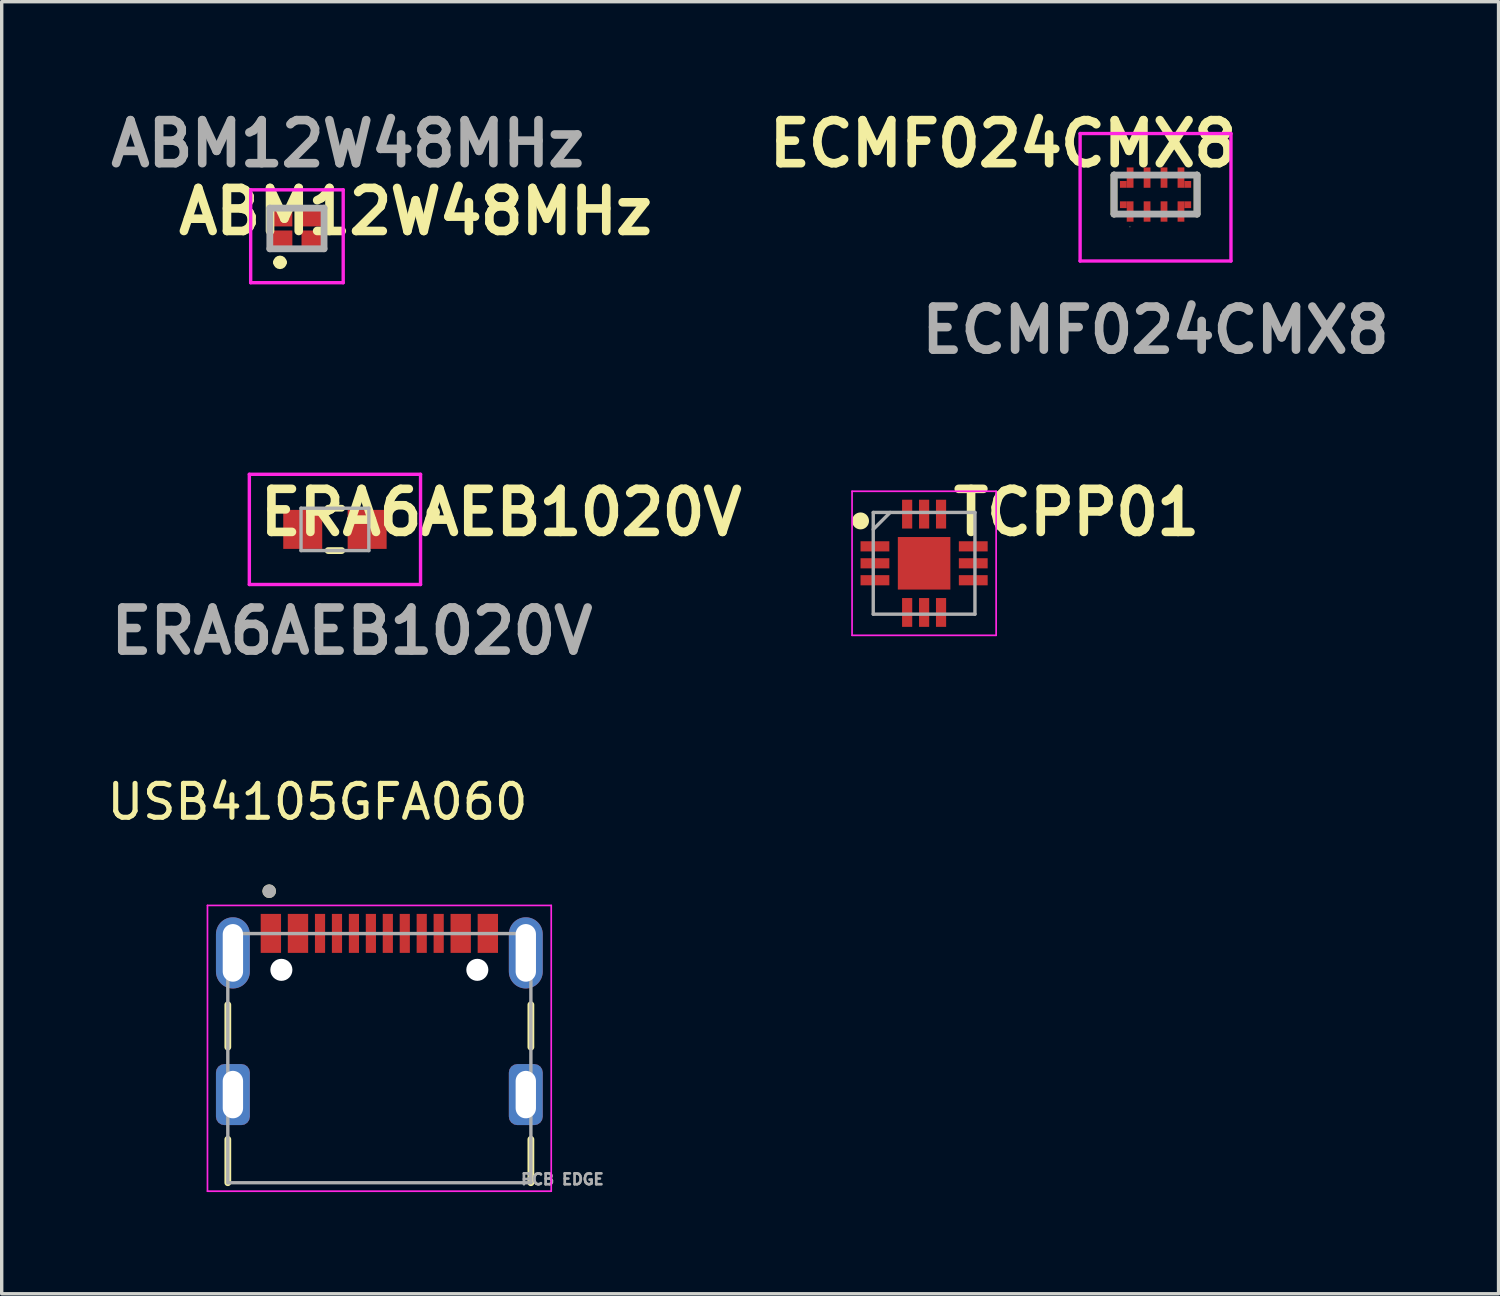
<source format=kicad_pcb>
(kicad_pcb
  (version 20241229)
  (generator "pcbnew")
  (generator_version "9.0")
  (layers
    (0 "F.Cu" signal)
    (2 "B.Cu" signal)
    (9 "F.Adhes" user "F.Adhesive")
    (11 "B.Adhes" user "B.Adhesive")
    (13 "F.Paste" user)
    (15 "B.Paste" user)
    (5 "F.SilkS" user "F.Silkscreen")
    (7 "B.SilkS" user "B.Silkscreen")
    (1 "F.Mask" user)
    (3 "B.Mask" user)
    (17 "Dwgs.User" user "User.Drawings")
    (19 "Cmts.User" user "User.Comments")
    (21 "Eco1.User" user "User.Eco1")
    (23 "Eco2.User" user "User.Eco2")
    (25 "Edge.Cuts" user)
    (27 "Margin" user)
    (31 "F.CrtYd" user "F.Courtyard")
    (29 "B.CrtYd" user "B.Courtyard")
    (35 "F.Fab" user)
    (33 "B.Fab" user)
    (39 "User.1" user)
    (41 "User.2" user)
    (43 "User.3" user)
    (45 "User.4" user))
  (footprint "ECMF024CMX8"
    (layer "F.Cu")
    (at 31.036 2.689)
    (property "Reference" "ECMF024CMX8" (at -4.5 -1.5 0) (layer "F.SilkS") (effects (font (size 1.27 1.27) (thickness 0.254))))
    (attr smd)
    (fp_line (start -1.225 -0.575) (end -1.225 0.575) (stroke (width 0.2) (type solid)) (layer "F.SilkS"))
    (fp_line (start -0.76 0.955) (end -0.76 0.955) (stroke (width 0.01) (type solid)) (layer "F.SilkS"))
    (fp_line (start -0.75 0.955) (end -0.75 0.955) (stroke (width 0.01) (type solid)) (layer "F.SilkS"))
    (fp_line (start 1.225 -0.575) (end 1.225 0.575) (stroke (width 0.2) (type solid)) (layer "F.SilkS"))
    (fp_arc (start -0.76 0.955) (mid -0.755 0.95) (end -0.75 0.955) (stroke (width 0.0102) (type solid)) (layer "F.SilkS"))
    (fp_arc (start -0.75 0.955) (mid -0.755 0.96) (end -0.76 0.955) (stroke (width 0.0102) (type solid)) (layer "F.SilkS"))
    (fp_line (start -2.225 -1.8) (end 2.225 -1.8) (stroke (width 0.1) (type solid)) (layer "F.CrtYd"))
    (fp_line (start -2.225 1.96) (end -2.225 -1.8) (stroke (width 0.1) (type solid)) (layer "F.CrtYd"))
    (fp_line (start 2.225 -1.8) (end 2.225 1.96) (stroke (width 0.1) (type solid)) (layer "F.CrtYd"))
    (fp_line (start 2.225 1.96) (end -2.225 1.96) (stroke (width 0.1) (type solid)) (layer "F.CrtYd"))
    (fp_line (start -1.225 -0.575) (end 1.225 -0.575) (stroke (width 0.2) (type solid)) (layer "F.Fab"))
    (fp_line (start -1.225 0.575) (end -1.225 -0.575) (stroke (width 0.2) (type solid)) (layer "F.Fab"))
    (fp_line (start 1.225 -0.575) (end 1.225 0.575) (stroke (width 0.2) (type solid)) (layer "F.Fab"))
    (fp_line (start 1.225 0.575) (end -1.225 0.575) (stroke (width 0.2) (type solid)) (layer "F.Fab"))
    (fp_text user "${REFERENCE}" (at 0 4 0) (layer "F.Fab") (effects (font (size 1.27 1.27) (thickness 0.254))))
    (pad "1" smd rect (at -0.75 0.5) (size 0.2 0.6) (layers "F.Cu" "F.Mask" "F.Paste"))
    (pad "2" smd rect (at -0.25 0.5) (size 0.2 0.6) (layers "F.Cu" "F.Mask" "F.Paste"))
    (pad "3" smd rect (at 0.25 0.5) (size 0.2 0.6) (layers "F.Cu" "F.Mask" "F.Paste"))
    (pad "4" smd rect (at 0.75 0.5) (size 0.2 0.6) (layers "F.Cu" "F.Mask" "F.Paste"))
    (pad "5" smd rect (at 0.75 -0.5) (size 0.2 0.6) (layers "F.Cu" "F.Mask" "F.Paste"))
    (pad "6" smd rect (at 0.25 -0.5) (size 0.2 0.6) (layers "F.Cu" "F.Mask" "F.Paste"))
    (pad "7" smd rect (at -0.25 -0.5) (size 0.2 0.6) (layers "F.Cu" "F.Mask" "F.Paste"))
    (pad "8" smd rect (at -0.75 -0.5) (size 0.2 0.6) (layers "F.Cu" "F.Mask" "F.Paste"))
    (pad "9" smd rect (at -0.95 -0.3 90) (size 0.2 0.2) (layers "F.Cu" "F.Mask" "F.Paste"))
    (pad "10" smd rect (at -0.95 0.3 90) (size 0.2 0.2) (layers "F.Cu" "F.Mask" "F.Paste"))
    (pad "11" smd rect (at 0.95 0.3 90) (size 0.2 0.2) (layers "F.Cu" "F.Mask" "F.Paste"))
    (pad "12" smd rect (at 0.95 -0.3 90) (size 0.2 0.2) (layers "F.Cu" "F.Mask" "F.Paste")))
  (footprint "TCPP01"
    (layer "F.Cu")
    (at 24.209 13.566)
    (property "Reference" "TCPP01" (at 4.5 -1.5 0) (layer "F.SilkS") (effects (font (size 1.27 1.27) (thickness 0.254))))
    (attr smd)
    (fp_circle (center -1.875 -1.25) (end -1.875 -1.125) (stroke (width 0.25) (type solid)) (fill no) (layer "F.SilkS"))
    (fp_line (start -2.125 -2.125) (end 2.125 -2.125) (stroke (width 0.05) (type solid)) (layer "F.CrtYd"))
    (fp_line (start -2.125 2.125) (end -2.125 -2.125) (stroke (width 0.05) (type solid)) (layer "F.CrtYd"))
    (fp_line (start 2.125 -2.125) (end 2.125 2.125) (stroke (width 0.05) (type solid)) (layer "F.CrtYd"))
    (fp_line (start 2.125 2.125) (end -2.125 2.125) (stroke (width 0.05) (type solid)) (layer "F.CrtYd"))
    (fp_line (start -1.5 -1.5) (end 1.5 -1.5) (stroke (width 0.1) (type solid)) (layer "F.Fab"))
    (fp_line (start -1.5 -1) (end -1 -1.5) (stroke (width 0.1) (type solid)) (layer "F.Fab"))
    (fp_line (start -1.5 1.5) (end -1.5 -1.5) (stroke (width 0.1) (type solid)) (layer "F.Fab"))
    (fp_line (start 1.5 -1.5) (end 1.5 1.5) (stroke (width 0.1) (type solid)) (layer "F.Fab"))
    (fp_line (start 1.5 1.5) (end -1.5 1.5) (stroke (width 0.1) (type solid)) (layer "F.Fab"))
    (pad "1" smd rect (at -1.45 -0.5 90) (size 0.3 0.85) (layers "F.Cu" "F.Mask" "F.Paste"))
    (pad "2" smd rect (at -1.45 0 90) (size 0.3 0.85) (layers "F.Cu" "F.Mask" "F.Paste"))
    (pad "3" smd rect (at -1.45 0.5 90) (size 0.3 0.85) (layers "F.Cu" "F.Mask" "F.Paste"))
    (pad "4" smd rect (at -0.5 1.45) (size 0.3 0.85) (layers "F.Cu" "F.Mask" "F.Paste"))
    (pad "5" smd rect (at 0 1.45) (size 0.3 0.85) (layers "F.Cu" "F.Mask" "F.Paste"))
    (pad "6" smd rect (at 0.5 1.45) (size 0.3 0.85) (layers "F.Cu" "F.Mask" "F.Paste"))
    (pad "7" smd rect (at 1.45 0.5 90) (size 0.3 0.85) (layers "F.Cu" "F.Mask" "F.Paste"))
    (pad "8" smd rect (at 1.45 0 90) (size 0.3 0.85) (layers "F.Cu" "F.Mask" "F.Paste"))
    (pad "9" smd rect (at 1.45 -0.5 90) (size 0.3 0.85) (layers "F.Cu" "F.Mask" "F.Paste"))
    (pad "10" smd rect (at 0.5 -1.45) (size 0.3 0.85) (layers "F.Cu" "F.Mask" "F.Paste"))
    (pad "11" smd rect (at 0 -1.45) (size 0.3 0.85) (layers "F.Cu" "F.Mask" "F.Paste"))
    (pad "12" smd rect (at -0.5 -1.45) (size 0.3 0.85) (layers "F.Cu" "F.Mask" "F.Paste"))
    (pad "13" smd rect (at 0 0) (size 1.55 1.55) (layers "F.Cu" "F.Mask" "F.Paste")))
  (footprint "ERA6AEB1020V"
    (layer "F.Cu")
    (at 6.83 12.566)
    (property "Reference" "ERA6AEB1020V" (at 4.9 -0.5 0) (layer "F.SilkS") (effects (font (size 1.27 1.27) (thickness 0.254))))
    (attr smd)
    (fp_line (start -0.2 -0.625) (end 0.2 -0.625) (stroke (width 0.2) (type solid)) (layer "F.SilkS"))
    (fp_line (start -0.2 0.625) (end 0.2 0.625) (stroke (width 0.2) (type solid)) (layer "F.SilkS"))
    (fp_line (start 2.9 -0.6) (end 2.9 -0.6) (stroke (width 0.2) (type solid)) (layer "F.SilkS"))
    (fp_line (start 2.9 -0.4) (end 2.9 -0.4) (stroke (width 0.2) (type solid)) (layer "F.SilkS"))
    (fp_arc (start 2.9 -0.6) (mid 3 -0.5) (end 2.9 -0.4) (stroke (width 0.2) (type solid)) (layer "F.SilkS"))
    (fp_arc (start 2.9 -0.4) (mid 2.8 -0.5) (end 2.9 -0.6) (stroke (width 0.2) (type solid)) (layer "F.SilkS"))
    (fp_line (start -2.525 -1.625) (end 2.525 -1.625) (stroke (width 0.1) (type solid)) (layer "F.CrtYd"))
    (fp_line (start -2.525 1.625) (end -2.525 -1.625) (stroke (width 0.1) (type solid)) (layer "F.CrtYd"))
    (fp_line (start 2.525 -1.625) (end 2.525 1.625) (stroke (width 0.1) (type solid)) (layer "F.CrtYd"))
    (fp_line (start 2.525 1.625) (end -2.525 1.625) (stroke (width 0.1) (type solid)) (layer "F.CrtYd"))
    (fp_line (start -1 -0.625) (end 1 -0.625) (stroke (width 0.1) (type solid)) (layer "F.Fab"))
    (fp_line (start -1 0.625) (end -1 -0.625) (stroke (width 0.1) (type solid)) (layer "F.Fab"))
    (fp_line (start 1 -0.625) (end 1 0.625) (stroke (width 0.1) (type solid)) (layer "F.Fab"))
    (fp_line (start 1 0.625) (end -1 0.625) (stroke (width 0.1) (type solid)) (layer "F.Fab"))
    (fp_text user "${REFERENCE}" (at 0.5 3 0) (layer "F.Fab") (effects (font (size 1.27 1.27) (thickness 0.254))))
    (pad "1" smd rect (at -0.95 0) (size 1.15 1.15) (layers "F.Cu" "F.Mask" "F.Paste"))
    (pad "2" smd rect (at 0.95 0) (size 1.15 1.15) (layers "F.Cu" "F.Mask" "F.Paste")))
  (footprint "USB4105GFA060"
    (layer "F.Cu")
    (at 8.14 29.238)
    (property "Reference" "USB4105GFA060" (at -1.825 -8.635 0) (layer "F.SilkS") (effects (font (size 1 1) (thickness 0.15))))
    (attr smd)
    (fp_line (start -4.47 -2.65) (end -4.47 -1.4) (stroke (width 0.2) (type solid)) (layer "F.SilkS"))
    (fp_line (start -4.47 1.32) (end -4.47 2.6) (stroke (width 0.2) (type solid)) (layer "F.SilkS"))
    (fp_line (start 4.47 -2.65) (end 4.47 -1.4) (stroke (width 0.2) (type solid)) (layer "F.SilkS"))
    (fp_line (start 4.47 2.6) (end 4.47 1.32) (stroke (width 0.2) (type solid)) (layer "F.SilkS"))
    (fp_circle (center -3.25 -6) (end -3.15 -6) (stroke (width 0.2) (type solid)) (fill no) (layer "F.SilkS"))
    (fp_line (start -5.07 -5.58) (end -5.07 2.85) (stroke (width 0.05) (type solid)) (layer "F.CrtYd"))
    (fp_line (start -5.07 2.85) (end 5.07 2.85) (stroke (width 0.05) (type solid)) (layer "F.CrtYd"))
    (fp_line (start 5.07 -5.58) (end -5.07 -5.58) (stroke (width 0.05) (type solid)) (layer "F.CrtYd"))
    (fp_line (start 5.07 2.85) (end 5.07 -5.58) (stroke (width 0.05) (type solid)) (layer "F.CrtYd"))
    (fp_line (start -4.47 -4.75) (end 4.47 -4.75) (stroke (width 0.1) (type solid)) (layer "F.Fab"))
    (fp_line (start -4.47 2.6) (end -4.47 -4.75) (stroke (width 0.1) (type solid)) (layer "F.Fab"))
    (fp_line (start 4.47 -4.75) (end 4.47 2.6) (stroke (width 0.1) (type solid)) (layer "F.Fab"))
    (fp_line (start 4.47 2.6) (end -4.47 2.6) (stroke (width 0.1) (type solid)) (layer "F.Fab"))
    (fp_circle (center -3.25 -6) (end -3.15 -6) (stroke (width 0.2) (type solid)) (fill no) (layer "F.Fab"))
    (fp_text user "PCB EDGE" (at 5.4 2.5 0) (layer "F.Fab") (effects (font (size 0.32 0.32) (thickness 0.15))))
    (pad "" np_thru_hole circle (at -2.89 -3.68) (size 0.65 0.65) (drill 0.65) (layers "*.Cu" "*.Mask"))
    (pad "" np_thru_hole circle (at 2.89 -3.68) (size 0.65 0.65) (drill 0.65) (layers "*.Cu" "*.Mask"))
    (pad "A1_B12" smd rect (at -3.2 -4.755) (size 0.6 1.15) (layers "F.Cu" "F.Mask" "F.Paste"))
    (pad "A4_B9" smd rect (at -2.4 -4.755) (size 0.6 1.15) (layers "F.Cu" "F.Mask" "F.Paste"))
    (pad "A5" smd rect (at -1.25 -4.755) (size 0.3 1.15) (layers "F.Cu" "F.Mask" "F.Paste"))
    (pad "A6" smd rect (at -0.25 -4.755) (size 0.3 1.15) (layers "F.Cu" "F.Mask" "F.Paste"))
    (pad "A7" smd rect (at 0.25 -4.755) (size 0.3 1.15) (layers "F.Cu" "F.Mask" "F.Paste"))
    (pad "A8" smd rect (at 1.25 -4.755) (size 0.3 1.15) (layers "F.Cu" "F.Mask" "F.Paste"))
    (pad "B1_A12" smd rect (at 3.2 -4.755) (size 0.6 1.15) (layers "F.Cu" "F.Mask" "F.Paste"))
    (pad "B4_A9" smd rect (at 2.4 -4.755) (size 0.6 1.15) (layers "F.Cu" "F.Mask" "F.Paste"))
    (pad "B5" smd rect (at 1.75 -4.755) (size 0.3 1.15) (layers "F.Cu" "F.Mask" "F.Paste"))
    (pad "B6" smd rect (at 0.75 -4.755) (size 0.3 1.15) (layers "F.Cu" "F.Mask" "F.Paste"))
    (pad "B7" smd rect (at -0.75 -4.755) (size 0.3 1.15) (layers "F.Cu" "F.Mask" "F.Paste"))
    (pad "B8" smd rect (at -1.75 -4.755) (size 0.3 1.15) (layers "F.Cu" "F.Mask" "F.Paste"))
    (pad "SH1" thru_hole oval (at -4.32 -4.18) (size 1 2.1) (drill oval 0.6 1.7) (layers "*.Cu" "*.Mask"))
    (pad "SH2" thru_hole oval (at 4.32 -4.18) (size 1 2.1) (drill oval 0.6 1.7) (layers "*.Cu" "*.Mask"))
    (pad "SH3" thru_hole roundrect (at -4.32 0) (size 1 1.8) (drill oval 0.6 1.4) (layers "*.Cu" "*.Mask") (roundrect_rratio 0.25))
    (pad "SH4" thru_hole roundrect (at 4.32 0) (size 1 1.8) (drill oval 0.6 1.4) (layers "*.Cu" "*.Mask") (roundrect_rratio 0.25)))
  (footprint "ABM12W48MHz"
    (layer "F.Cu")
    (at 5.709 3.689)
    (property "Reference" "ABM12W48MHz" (at 3.5 -0.5 0) (layer "F.SilkS") (effects (font (size 1.27 1.27) (thickness 0.254))))
    (attr smd)
    (fp_line (start -0.6 1) (end -0.6 1) (stroke (width 0.2) (type solid)) (layer "F.SilkS"))
    (fp_line (start -0.4 1) (end -0.4 1) (stroke (width 0.2) (type solid)) (layer "F.SilkS"))
    (fp_arc (start -0.6 1) (mid -0.5 0.9) (end -0.4 1) (stroke (width 0.2) (type solid)) (layer "F.SilkS"))
    (fp_arc (start -0.4 1) (mid -0.5 1.1) (end -0.6 1) (stroke (width 0.2) (type solid)) (layer "F.SilkS"))
    (fp_line (start -1.365 -1.14) (end 1.365 -1.14) (stroke (width 0.1) (type solid)) (layer "F.CrtYd"))
    (fp_line (start -1.365 1.6) (end -1.365 -1.14) (stroke (width 0.1) (type solid)) (layer "F.CrtYd"))
    (fp_line (start 1.365 -1.14) (end 1.365 1.6) (stroke (width 0.1) (type solid)) (layer "F.CrtYd"))
    (fp_line (start 1.365 1.6) (end -1.365 1.6) (stroke (width 0.1) (type solid)) (layer "F.CrtYd"))
    (fp_line (start -0.8 -0.6) (end 0.8 -0.6) (stroke (width 0.2) (type solid)) (layer "F.Fab"))
    (fp_line (start -0.8 0.6) (end -0.8 -0.6) (stroke (width 0.2) (type solid)) (layer "F.Fab"))
    (fp_line (start 0.8 -0.6) (end 0.8 0.6) (stroke (width 0.2) (type solid)) (layer "F.Fab"))
    (fp_line (start 0.8 0.6) (end -0.8 0.6) (stroke (width 0.2) (type solid)) (layer "F.Fab"))
    (fp_text user "${REFERENCE}" (at 1.5 -2.5 0) (layer "F.Fab") (effects (font (size 1.27 1.27) (thickness 0.254))))
    (pad "1" smd rect (at -0.5 0.35 90) (size 0.58 0.73) (layers "F.Cu" "F.Mask" "F.Paste"))
    (pad "2" smd rect (at 0.5 0.35 90) (size 0.58 0.73) (layers "F.Cu" "F.Mask" "F.Paste"))
    (pad "3" smd rect (at 0.5 -0.35 90) (size 0.58 0.73) (layers "F.Cu" "F.Mask" "F.Paste"))
    (pad "4" smd rect (at -0.5 -0.35 90) (size 0.58 0.73) (layers "F.Cu" "F.Mask" "F.Paste")))
  (gr_rect
    (start -3 -3)
    (end 41.154 35.113)
    (stroke (width 0.1) (type default))
    (fill no)
    (layer "Edge.Cuts")))
</source>
